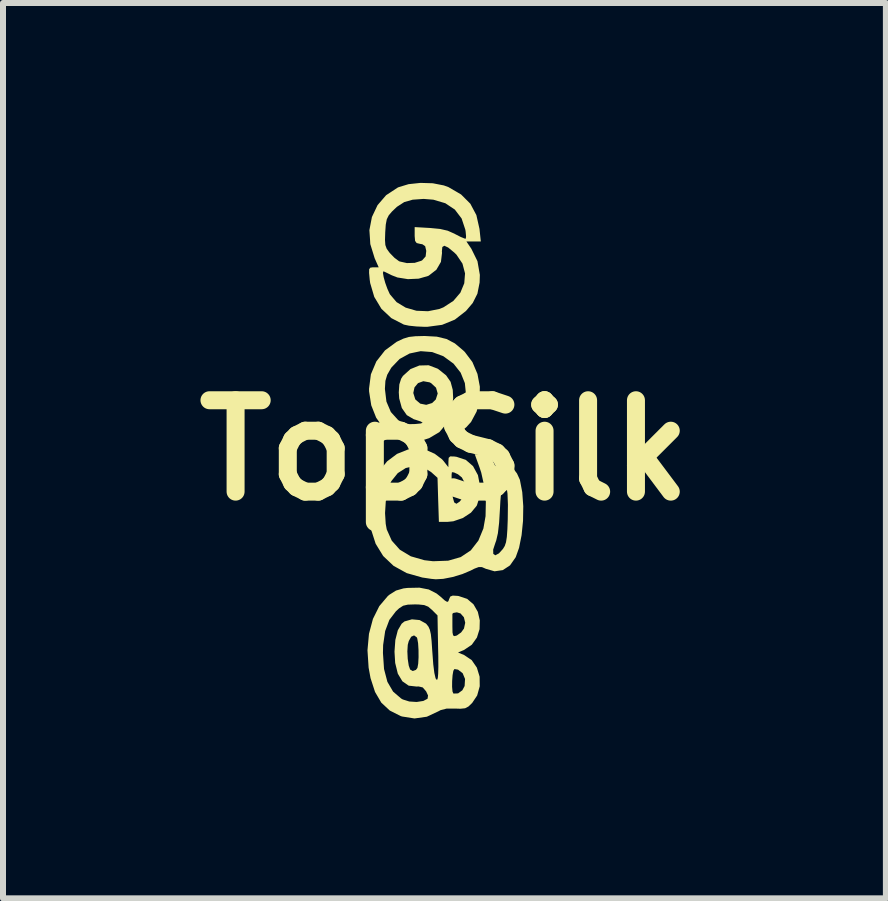
<source format=kicad_pcb>
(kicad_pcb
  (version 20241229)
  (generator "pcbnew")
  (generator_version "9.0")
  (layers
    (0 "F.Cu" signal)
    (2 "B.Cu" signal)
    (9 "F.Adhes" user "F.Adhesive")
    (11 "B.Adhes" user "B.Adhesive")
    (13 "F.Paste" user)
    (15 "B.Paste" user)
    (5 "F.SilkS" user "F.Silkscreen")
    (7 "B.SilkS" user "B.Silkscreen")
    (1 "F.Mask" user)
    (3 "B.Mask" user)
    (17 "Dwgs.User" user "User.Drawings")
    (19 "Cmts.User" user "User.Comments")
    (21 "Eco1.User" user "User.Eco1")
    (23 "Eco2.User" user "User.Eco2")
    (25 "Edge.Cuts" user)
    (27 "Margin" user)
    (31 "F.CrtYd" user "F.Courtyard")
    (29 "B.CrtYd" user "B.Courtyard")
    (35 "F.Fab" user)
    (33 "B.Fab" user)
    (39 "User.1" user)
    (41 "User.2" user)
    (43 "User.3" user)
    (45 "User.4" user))
  (footprint "TopSilk"
    (layer "F.Cu")
    (at 4.362 4.459)
    (property "Reference" "TopSilk" (at 0 0 0) (layer "F.SilkS") (effects (font (size 1.524 1.524) (thickness 0.3))))
    (attr board_only exclude_from_pos_files exclude_from_bom)
    (fp_poly (pts (xy -0.128 -1.895) (xy 0.034 -1.856) (xy 0.174 -1.782) (xy 0.315 -1.663) (xy 0.339 -1.64) (xy 0.466 -1.471) (xy 0.55 -1.273) (xy 0.59 -1.061) (xy 0.586 -0.847) (xy 0.536 -0.646) (xy 0.443 -0.472) (xy 0.364 -0.385) (xy 0.259 -0.3) (xy 0.188 -0.268) (xy 0.148 -0.291) (xy 0.133 -0.366) (xy 0.132 -0.385) (xy 0.156 -0.505) (xy 0.23 -0.616) (xy 0.321 -0.767) (xy 0.358 -0.94) (xy 0.34 -1.12) (xy 0.27 -1.294) (xy 0.151 -1.445) (xy -0.019 -1.569) (xy -0.205 -1.638) (xy -0.397 -1.653) (xy -0.582 -1.614) (xy -0.748 -1.523) (xy -0.884 -1.381) (xy -0.893 -1.367) (xy -0.955 -1.259) (xy -0.985 -1.158) (xy -0.993 -1.029) (xy -0.993 -1.021) (xy -0.968 -0.812) (xy -0.894 -0.638) (xy -0.775 -0.507) (xy -0.763 -0.498) (xy -0.679 -0.453) (xy -0.582 -0.436) (xy -0.489 -0.438) (xy -0.396 -0.447) (xy -0.364 -0.459) (xy -0.393 -0.479) (xy -0.485 -0.51) (xy -0.512 -0.518) (xy -0.628 -0.586) (xy -0.711 -0.705) (xy -0.755 -0.865) (xy -0.761 -0.956) (xy -0.52 -0.956) (xy -0.488 -0.853) (xy -0.483 -0.845) (xy -0.404 -0.778) (xy -0.304 -0.758) (xy -0.206 -0.788) (xy -0.145 -0.847) (xy -0.113 -0.947) (xy -0.141 -1.044) (xy -0.223 -1.12) (xy -0.248 -1.133) (xy -0.353 -1.152) (xy -0.441 -1.12) (xy -0.5 -1.049) (xy -0.52 -0.956) (xy -0.761 -0.956) (xy -0.762 -0.962) (xy -0.753 -1.098) (xy -0.723 -1.193) (xy -0.693 -1.24) (xy -0.567 -1.354) (xy -0.419 -1.414) (xy -0.264 -1.418) (xy -0.116 -1.362) (xy -0.099 -1.351) (xy 0.027 -1.25) (xy 0.102 -1.142) (xy 0.138 -1.008) (xy 0.145 -0.87) (xy 0.118 -0.641) (xy 0.04 -0.451) (xy -0.085 -0.303) (xy -0.256 -0.202) (xy -0.365 -0.168) (xy -0.468 -0.146) (xy -0.538 -0.139) (xy -0.604 -0.146) (xy -0.679 -0.163) (xy -0.861 -0.24) (xy -1.016 -0.37) (xy -1.139 -0.543) (xy -1.221 -0.75) (xy -1.257 -0.981) (xy -1.258 -1.028) (xy -1.227 -1.267) (xy -1.136 -1.482) (xy -0.992 -1.666) (xy -0.799 -1.808) (xy -0.783 -1.816) (xy -0.685 -1.862) (xy -0.594 -1.89) (xy -0.485 -1.902) (xy -0.334 -1.906) (xy -0.331 -1.906)) (stroke (width 0) (type solid)) (fill yes) (layer "F.SilkS"))
    (fp_poly (pts (xy -0.195 -4.453) (xy -0.011 -4.417) (xy 0.066 -4.389) (xy 0.277 -4.266) (xy 0.431 -4.112) (xy 0.532 -3.922) (xy 0.584 -3.691) (xy 0.585 -3.681) (xy 0.606 -3.482) (xy 0.366 -3.482) (xy 0.448 -3.361) (xy 0.55 -3.154) (xy 0.59 -2.925) (xy 0.586 -2.797) (xy 0.549 -2.611) (xy 0.471 -2.456) (xy 0.358 -2.323) (xy 0.173 -2.179) (xy -0.04 -2.092) (xy -0.287 -2.059) (xy -0.331 -2.059) (xy -0.468 -2.065) (xy -0.592 -2.078) (xy -0.677 -2.096) (xy -0.679 -2.097) (xy -0.886 -2.204) (xy -1.052 -2.36) (xy -1.171 -2.558) (xy -1.239 -2.789) (xy -1.247 -2.848) (xy -1.257 -2.957) (xy -1.026 -2.957) (xy -1.014 -2.887) (xy -0.988 -2.793) (xy -0.952 -2.693) (xy -0.913 -2.607) (xy -0.908 -2.599) (xy -0.799 -2.471) (xy -0.647 -2.379) (xy -0.468 -2.327) (xy -0.275 -2.319) (xy -0.084 -2.357) (xy -0.017 -2.384) (xy 0.148 -2.491) (xy 0.265 -2.628) (xy 0.33 -2.785) (xy 0.343 -2.95) (xy 0.3 -3.113) (xy 0.2 -3.262) (xy 0.163 -3.298) (xy 0.062 -3.381) (xy -0.002 -3.411) (xy -0.036 -3.39) (xy -0.043 -3.316) (xy -0.041 -3.291) (xy -0.059 -3.142) (xy -0.135 -3.011) (xy -0.26 -2.914) (xy -0.274 -2.907) (xy -0.43 -2.862) (xy -0.61 -2.854) (xy -0.785 -2.882) (xy -0.878 -2.918) (xy -0.959 -2.958) (xy -1.01 -2.982) (xy -1.019 -2.984) (xy -1.026 -2.957) (xy -1.257 -2.957) (xy -1.257 -2.959) (xy -1.256 -3.02) (xy -1.237 -3.045) (xy -1.197 -3.051) (xy -1.182 -3.051) (xy -1.097 -3.051) (xy -1.164 -3.202) (xy -1.237 -3.439) (xy -1.241 -3.507) (xy -0.992 -3.507) (xy -0.986 -3.423) (xy -0.964 -3.362) (xy -0.922 -3.303) (xy -0.908 -3.286) (xy -0.834 -3.21) (xy -0.763 -3.157) (xy -0.748 -3.149) (xy -0.627 -3.122) (xy -0.496 -3.126) (xy -0.387 -3.16) (xy -0.37 -3.17) (xy -0.314 -3.233) (xy -0.304 -3.324) (xy -0.304 -3.327) (xy -0.322 -3.404) (xy -0.369 -3.436) (xy -0.406 -3.442) (xy -0.464 -3.456) (xy -0.49 -3.492) (xy -0.497 -3.572) (xy -0.497 -3.588) (xy -0.497 -3.722) (xy -0.237 -3.707) (xy -0.073 -3.691) (xy 0.053 -3.662) (xy 0.166 -3.612) (xy 0.182 -3.603) (xy 0.272 -3.557) (xy 0.336 -3.531) (xy 0.356 -3.529) (xy 0.36 -3.568) (xy 0.353 -3.647) (xy 0.348 -3.678) (xy 0.286 -3.865) (xy 0.173 -4.014) (xy 0.014 -4.12) (xy -0.186 -4.179) (xy -0.348 -4.192) (xy -0.53 -4.179) (xy -0.671 -4.139) (xy -0.793 -4.06) (xy -0.877 -3.98) (xy -0.93 -3.917) (xy -0.962 -3.852) (xy -0.979 -3.764) (xy -0.988 -3.636) (xy -0.992 -3.507) (xy -1.241 -3.507) (xy -1.252 -3.671) (xy -1.21 -3.89) (xy -1.116 -4.088) (xy -0.973 -4.254) (xy -0.783 -4.379) (xy -0.764 -4.388) (xy -0.598 -4.438) (xy -0.4 -4.459)) (stroke (width 0) (type solid)) (fill yes) (layer "F.SilkS"))
    (fp_poly (pts (xy -0.311 -0.008) (xy -0.163 0.058) (xy -0.041 0.15) (xy -0.016 0.178) (xy 0.065 0.282) (xy 0.066 0.186) (xy 0.07 0.126) (xy 0.095 0.102) (xy 0.159 0.103) (xy 0.202 0.109) (xy 0.356 0.16) (xy 0.476 0.264) (xy 0.558 0.414) (xy 0.594 0.601) (xy 0.596 0.654) (xy 0.581 0.791) (xy 0.542 0.914) (xy 0.535 0.928) (xy 0.441 1.041) (xy 0.305 1.13) (xy 0.147 1.184) (xy 0.047 1.194) (xy -0.093 1.194) (xy -0.105 0.826) (xy -0.116 0.459) (xy -0.177 0.404) (xy 0.119 0.404) (xy 0.119 0.491) (xy 0.124 0.61) (xy 0.125 0.64) (xy 0.139 0.786) (xy 0.162 0.869) (xy 0.199 0.892) (xy 0.252 0.857) (xy 0.309 0.788) (xy 0.354 0.678) (xy 0.346 0.558) (xy 0.29 0.453) (xy 0.225 0.4) (xy 0.16 0.37) (xy 0.124 0.365) (xy 0.124 0.366) (xy 0.119 0.404) (xy -0.177 0.404) (xy -0.224 0.362) (xy -0.356 0.283) (xy -0.501 0.263) (xy -0.646 0.296) (xy -0.779 0.381) (xy -0.885 0.513) (xy -0.898 0.538) (xy -0.947 0.677) (xy -0.979 0.855) (xy -0.991 1.047) (xy -0.98 1.226) (xy -0.963 1.319) (xy -0.879 1.507) (xy -0.744 1.658) (xy -0.561 1.768) (xy -0.335 1.833) (xy -0.19 1.85) (xy 0.062 1.841) (xy 0.271 1.781) (xy 0.439 1.669) (xy 0.449 1.656) (xy 0.812 1.656) (xy 0.814 1.728) (xy 0.848 1.751) (xy 0.908 1.719) (xy 0.975 1.645) (xy 1.005 1.596) (xy 1.026 1.534) (xy 1.04 1.445) (xy 1.049 1.317) (xy 1.055 1.157) (xy 1.058 0.908) (xy 1.051 0.723) (xy 1.034 0.602) (xy 1.006 0.544) (xy 0.983 0.539) (xy 0.963 0.578) (xy 0.946 0.681) (xy 0.932 0.849) (xy 0.925 0.981) (xy 0.911 1.211) (xy 0.891 1.383) (xy 0.863 1.504) (xy 0.85 1.54) (xy 0.812 1.656) (xy 0.449 1.656) (xy 0.566 1.505) (xy 0.649 1.304) (xy 0.685 1.099) (xy 0.69 0.86) (xy 0.666 0.61) (xy 0.613 0.372) (xy 0.586 0.29) (xy 0.505 0.066) (xy 0.633 0.066) (xy 0.721 0.073) (xy 0.77 0.107) (xy 0.808 0.18) (xy 0.843 0.254) (xy 0.879 0.277) (xy 0.939 0.263) (xy 0.957 0.256) (xy 1.033 0.236) (xy 1.089 0.254) (xy 1.141 0.297) (xy 1.209 0.386) (xy 1.257 0.491) (xy 1.258 0.495) (xy 1.297 0.698) (xy 1.314 0.932) (xy 1.31 1.177) (xy 1.286 1.415) (xy 1.244 1.626) (xy 1.188 1.783) (xy 1.093 1.919) (xy 0.973 1.998) (xy 0.835 2.018) (xy 0.689 1.976) (xy 0.685 1.974) (xy 0.625 1.948) (xy 0.571 1.947) (xy 0.499 1.974) (xy 0.436 2.006) (xy 0.299 2.064) (xy 0.137 2.113) (xy -0.022 2.144) (xy -0.145 2.151) (xy -0.22 2.144) (xy -0.326 2.128) (xy -0.369 2.122) (xy -0.63 2.048) (xy -0.849 1.927) (xy -1.022 1.763) (xy -1.148 1.558) (xy -1.225 1.318) (xy -1.25 1.045) (xy -1.221 0.745) (xy -1.173 0.537) (xy -1.088 0.346) (xy -0.956 0.184) (xy -0.791 0.06) (xy -0.603 -0.015) (xy -0.456 -0.033)) (stroke (width 0) (type solid)) (fill yes) (layer "F.SilkS"))
    (fp_poly (pts (xy -0.262 2.321) (xy -0.132 2.388) (xy -0.068 2.439) (xy 0.006 2.505) (xy 0.046 2.529) (xy 0.066 2.516) (xy 0.077 2.483) (xy 0.097 2.439) (xy 0.138 2.423) (xy 0.22 2.428) (xy 0.238 2.431) (xy 0.379 2.478) (xy 0.485 2.57) (xy 0.556 2.694) (xy 0.589 2.836) (xy 0.585 2.983) (xy 0.541 3.123) (xy 0.456 3.242) (xy 0.329 3.328) (xy 0.323 3.331) (xy 0.226 3.372) (xy 0.329 3.415) (xy 0.454 3.499) (xy 0.54 3.624) (xy 0.586 3.775) (xy 0.588 3.935) (xy 0.545 4.089) (xy 0.462 4.213) (xy 0.401 4.272) (xy 0.344 4.302) (xy 0.266 4.31) (xy 0.174 4.307) (xy 0.034 4.308) (xy -0.064 4.333) (xy -0.104 4.354) (xy -0.294 4.443) (xy -0.5 4.472) (xy -0.708 4.439) (xy -0.732 4.431) (xy -0.912 4.34) (xy -1.053 4.209) (xy -1.158 4.03) (xy -1.233 3.799) (xy -1.265 3.625) (xy -1.281 3.38) (xy -1.026 3.38) (xy -1.008 3.647) (xy -0.952 3.861) (xy -0.857 4.024) (xy -0.723 4.139) (xy -0.695 4.155) (xy -0.587 4.189) (xy -0.464 4.197) (xy -0.353 4.18) (xy -0.282 4.143) (xy -0.274 4.089) (xy -0.306 4.02) (xy -0.362 3.955) (xy -0.402 3.945) (xy 0.127 3.945) (xy 0.134 4.023) (xy 0.149 4.057) (xy 0.227 4.054) (xy 0.298 4.002) (xy 0.336 3.931) (xy 0.343 3.813) (xy 0.303 3.717) (xy 0.226 3.658) (xy 0.166 3.648) (xy 0.148 3.677) (xy 0.135 3.751) (xy 0.128 3.848) (xy 0.127 3.945) (xy -0.402 3.945) (xy -0.434 3.938) (xy -0.464 3.94) (xy -0.597 3.925) (xy -0.702 3.852) (xy -0.778 3.725) (xy -0.822 3.546) (xy -0.833 3.363) (xy -0.833 3.352) (xy -0.619 3.352) (xy -0.613 3.477) (xy -0.596 3.59) (xy -0.573 3.656) (xy -0.529 3.681) (xy -0.476 3.662) (xy -0.451 3.628) (xy -0.438 3.558) (xy -0.432 3.45) (xy -0.433 3.329) (xy -0.44 3.217) (xy -0.454 3.138) (xy -0.461 3.12) (xy -0.507 3.087) (xy -0.555 3.109) (xy -0.595 3.18) (xy -0.612 3.243) (xy -0.619 3.352) (xy -0.833 3.352) (xy -0.819 3.161) (xy -0.778 3.001) (xy -0.714 2.892) (xy -0.667 2.854) (xy -0.543 2.819) (xy -0.415 2.831) (xy -0.31 2.889) (xy -0.3 2.899) (xy -0.267 2.941) (xy -0.244 2.993) (xy -0.227 3.068) (xy -0.215 3.18) (xy -0.204 3.342) (xy -0.201 3.38) (xy -0.187 3.57) (xy -0.169 3.712) (xy -0.149 3.8) (xy -0.137 3.822) (xy -0.121 3.826) (xy -0.111 3.796) (xy -0.105 3.727) (xy -0.102 3.611) (xy -0.103 3.439) (xy -0.106 3.308) (xy -0.113 2.934) (xy 0.132 2.934) (xy 0.134 3.037) (xy 0.144 3.087) (xy 0.168 3.099) (xy 0.207 3.088) (xy 0.277 3.038) (xy 0.325 2.973) (xy 0.346 2.876) (xy 0.324 2.785) (xy 0.268 2.721) (xy 0.207 2.702) (xy 0.149 2.712) (xy 0.132 2.727) (xy 0.132 2.934) (xy -0.113 2.934) (xy -0.116 2.754) (xy -0.208 2.662) (xy -0.271 2.608) (xy -0.338 2.581) (xy -0.434 2.571) (xy -0.496 2.57) (xy -0.612 2.574) (xy -0.689 2.592) (xy -0.756 2.635) (xy -0.81 2.685) (xy -0.919 2.828) (xy -0.989 3.014) (xy -1.023 3.247) (xy -1.026 3.38) (xy -1.281 3.38) (xy -1.284 3.335) (xy -1.259 3.06) (xy -1.193 2.812) (xy -1.087 2.599) (xy -0.946 2.432) (xy -0.919 2.409) (xy -0.808 2.339) (xy -0.683 2.303) (xy -0.615 2.295) (xy -0.417 2.291)) (stroke (width 0) (type solid)) (fill yes) (layer "F.SilkS")))
  (gr_rect
    (start -3 -3)
    (end 11.723 11.931)
    (stroke (width 0.1) (type default))
    (fill no)
    (layer "Edge.Cuts")))
</source>
